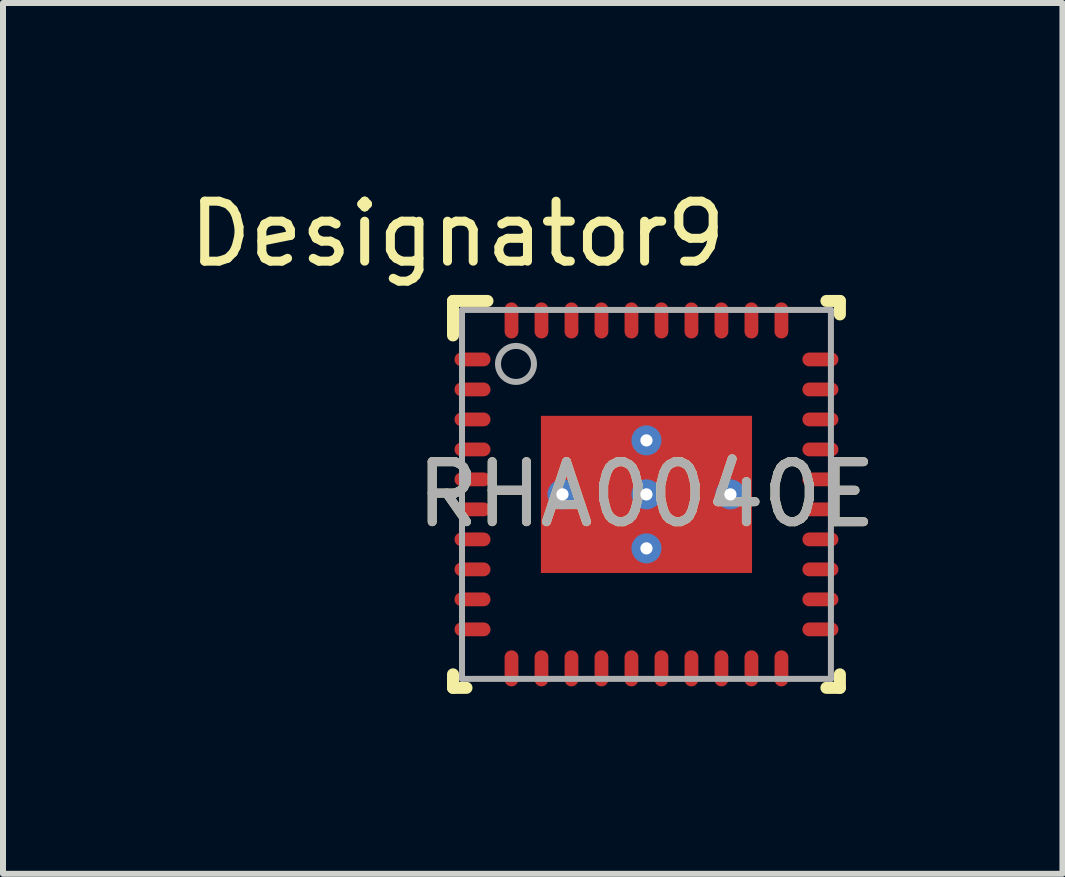
<source format=kicad_pcb>
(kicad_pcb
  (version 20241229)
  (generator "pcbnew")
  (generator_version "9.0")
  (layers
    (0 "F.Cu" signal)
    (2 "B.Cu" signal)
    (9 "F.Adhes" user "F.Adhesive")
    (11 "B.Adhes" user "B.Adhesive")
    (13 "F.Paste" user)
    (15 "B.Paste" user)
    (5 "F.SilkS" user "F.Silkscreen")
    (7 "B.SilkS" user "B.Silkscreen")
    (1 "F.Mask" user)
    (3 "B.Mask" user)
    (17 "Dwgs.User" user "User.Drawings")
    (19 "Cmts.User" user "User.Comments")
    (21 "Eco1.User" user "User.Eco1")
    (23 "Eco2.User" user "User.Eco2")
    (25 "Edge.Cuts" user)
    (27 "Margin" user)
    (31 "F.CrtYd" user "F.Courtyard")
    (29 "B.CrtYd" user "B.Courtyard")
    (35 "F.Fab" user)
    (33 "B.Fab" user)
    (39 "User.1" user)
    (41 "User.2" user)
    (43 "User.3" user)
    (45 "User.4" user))
  (footprint "RHA0040E"
    (layer "F.Cu")
    (at 7.727 5.192)
    (property "Reference" "RHA0040E" (at 0 0 0) (unlocked yes) (layer "F.SilkS") (effects (font (size 1 1) (thickness 0.15))))
    (attr smd)
    (fp_line (start -3.225 -3.225) (end -2.65 -3.225) (stroke (width 0.2) (type solid)) (layer "F.SilkS"))
    (fp_line (start -3.225 -2.65) (end -3.225 -3.225) (stroke (width 0.2) (type solid)) (layer "F.SilkS"))
    (fp_line (start -3.225 3.225) (end -3.225 3) (stroke (width 0.2) (type solid)) (layer "F.SilkS"))
    (fp_line (start -3.225 3.225) (end -3 3.225) (stroke (width 0.2) (type solid)) (layer "F.SilkS"))
    (fp_line (start 3 -3.225) (end 3.225 -3.225) (stroke (width 0.2) (type solid)) (layer "F.SilkS"))
    (fp_line (start 3 3.225) (end 3.225 3.225) (stroke (width 0.2) (type solid)) (layer "F.SilkS"))
    (fp_line (start 3.225 -3) (end 3.225 -3.225) (stroke (width 0.2) (type solid)) (layer "F.SilkS"))
    (fp_line (start 3.225 3.225) (end 3.225 3) (stroke (width 0.2) (type solid)) (layer "F.SilkS"))
    (fp_poly (pts (xy -0.1 -1.253) (xy -1.611 -1.253) (xy -1.611 -0.1) (xy -0.1 -0.1)) (stroke (width 0) (type solid)) (fill yes) (layer "F.Paste"))
    (fp_poly (pts (xy -0.1 0.1) (xy -1.611 0.1) (xy -1.611 1.253) (xy -0.1 1.253)) (stroke (width 0) (type solid)) (fill yes) (layer "F.Paste"))
    (fp_poly (pts (xy 0.1 -0.1) (xy 1.611 -0.1) (xy 1.611 -1.253) (xy 0.1 -1.253)) (stroke (width 0) (type solid)) (fill yes) (layer "F.Paste"))
    (fp_poly (pts (xy 0.1 1.253) (xy 1.611 1.253) (xy 1.611 0.1) (xy 0.1 0.1)) (stroke (width 0) (type solid)) (fill yes) (layer "F.Paste"))
    (fp_line (start -3.075 -3.075) (end 3.075 -3.075) (stroke (width 0.1) (type solid)) (layer "F.Fab"))
    (fp_line (start -3.075 3.075) (end -3.075 -3.075) (stroke (width 0.1) (type solid)) (layer "F.Fab"))
    (fp_line (start -3.075 3.075) (end 3.075 3.075) (stroke (width 0.1) (type solid)) (layer "F.Fab"))
    (fp_line (start 3.075 3.075) (end 3.075 -3.075) (stroke (width 0.1) (type solid)) (layer "F.Fab"))
    (fp_circle (center -2.175 -2.175) (end -1.875 -2.175) (stroke (width 0.1) (type solid)) (fill no) (layer "F.Fab"))
    (fp_text user "Designator9" (at -3.15 -4.343 0) (unlocked yes) (layer "F.SilkS") (effects (font (size 1 1) (thickness 0.15))))
    (fp_text user "${REFERENCE}" (at 0 0 0) (unlocked yes) (layer "F.Fab") (effects (font (size 1 1) (thickness 0.15))))
    (pad "1" smd oval (at -2.9 -2.25 90) (size 0.23 0.6) (layers "F.Cu" "F.Mask" "F.Paste"))
    (pad "2" smd oval (at -2.9 -1.75 90) (size 0.23 0.6) (layers "F.Cu" "F.Mask" "F.Paste"))
    (pad "3" smd oval (at -2.9 -1.25 90) (size 0.23 0.6) (layers "F.Cu" "F.Mask" "F.Paste"))
    (pad "4" smd oval (at -2.9 -0.75 90) (size 0.23 0.6) (layers "F.Cu" "F.Mask" "F.Paste"))
    (pad "5" smd oval (at -2.9 -0.25 90) (size 0.23 0.6) (layers "F.Cu" "F.Mask" "F.Paste"))
    (pad "6" smd oval (at -2.9 0.25 90) (size 0.23 0.6) (layers "F.Cu" "F.Mask" "F.Paste"))
    (pad "7" smd oval (at -2.9 0.75 90) (size 0.23 0.6) (layers "F.Cu" "F.Mask" "F.Paste"))
    (pad "8" smd oval (at -2.9 1.25 90) (size 0.23 0.6) (layers "F.Cu" "F.Mask" "F.Paste"))
    (pad "9" smd oval (at -2.9 1.75 90) (size 0.23 0.6) (layers "F.Cu" "F.Mask" "F.Paste"))
    (pad "10" smd oval (at -2.9 2.25 90) (size 0.23 0.6) (layers "F.Cu" "F.Mask" "F.Paste"))
    (pad "11" smd oval (at -2.25 2.9) (size 0.23 0.6) (layers "F.Cu" "F.Mask" "F.Paste"))
    (pad "12" smd oval (at -1.75 2.9) (size 0.23 0.6) (layers "F.Cu" "F.Mask" "F.Paste"))
    (pad "13" smd oval (at -1.25 2.9) (size 0.23 0.6) (layers "F.Cu" "F.Mask" "F.Paste"))
    (pad "14" smd oval (at -0.75 2.9) (size 0.23 0.6) (layers "F.Cu" "F.Mask" "F.Paste"))
    (pad "15" smd oval (at -0.25 2.9) (size 0.23 0.6) (layers "F.Cu" "F.Mask" "F.Paste"))
    (pad "16" smd oval (at 0.25 2.9) (size 0.23 0.6) (layers "F.Cu" "F.Mask" "F.Paste"))
    (pad "17" smd oval (at 0.75 2.9) (size 0.23 0.6) (layers "F.Cu" "F.Mask" "F.Paste"))
    (pad "18" smd oval (at 1.25 2.9) (size 0.23 0.6) (layers "F.Cu" "F.Mask" "F.Paste"))
    (pad "19" smd oval (at 1.75 2.9) (size 0.23 0.6) (layers "F.Cu" "F.Mask" "F.Paste"))
    (pad "20" smd oval (at 2.25 2.9) (size 0.23 0.6) (layers "F.Cu" "F.Mask" "F.Paste"))
    (pad "21" smd oval (at 2.9 2.25 90) (size 0.23 0.6) (layers "F.Cu" "F.Mask" "F.Paste"))
    (pad "22" smd oval (at 2.9 1.75 90) (size 0.23 0.6) (layers "F.Cu" "F.Mask" "F.Paste"))
    (pad "23" smd oval (at 2.9 1.25 90) (size 0.23 0.6) (layers "F.Cu" "F.Mask" "F.Paste"))
    (pad "24" smd oval (at 2.9 0.75 90) (size 0.23 0.6) (layers "F.Cu" "F.Mask" "F.Paste"))
    (pad "25" smd oval (at 2.9 0.25 90) (size 0.23 0.6) (layers "F.Cu" "F.Mask" "F.Paste"))
    (pad "26" smd oval (at 2.9 -0.25 90) (size 0.23 0.6) (layers "F.Cu" "F.Mask" "F.Paste"))
    (pad "27" smd oval (at 2.9 -0.75 90) (size 0.23 0.6) (layers "F.Cu" "F.Mask" "F.Paste"))
    (pad "28" smd oval (at 2.9 -1.25 90) (size 0.23 0.6) (layers "F.Cu" "F.Mask" "F.Paste"))
    (pad "29" smd oval (at 2.9 -1.75 90) (size 0.23 0.6) (layers "F.Cu" "F.Mask" "F.Paste"))
    (pad "30" smd oval (at 2.9 -2.25 90) (size 0.23 0.6) (layers "F.Cu" "F.Mask" "F.Paste"))
    (pad "31" smd oval (at 2.25 -2.9) (size 0.23 0.6) (layers "F.Cu" "F.Mask" "F.Paste"))
    (pad "32" smd oval (at 1.75 -2.9) (size 0.23 0.6) (layers "F.Cu" "F.Mask" "F.Paste"))
    (pad "33" smd oval (at 1.25 -2.9) (size 0.23 0.6) (layers "F.Cu" "F.Mask" "F.Paste"))
    (pad "34" smd oval (at 0.75 -2.9) (size 0.23 0.6) (layers "F.Cu" "F.Mask" "F.Paste"))
    (pad "35" smd oval (at 0.25 -2.9) (size 0.23 0.6) (layers "F.Cu" "F.Mask" "F.Paste"))
    (pad "36" smd oval (at -0.25 -2.9) (size 0.23 0.6) (layers "F.Cu" "F.Mask" "F.Paste"))
    (pad "37" smd oval (at -0.75 -2.9) (size 0.23 0.6) (layers "F.Cu" "F.Mask" "F.Paste"))
    (pad "38" smd oval (at -1.25 -2.9) (size 0.23 0.6) (layers "F.Cu" "F.Mask" "F.Paste"))
    (pad "39" smd oval (at -1.75 -2.9) (size 0.23 0.6) (layers "F.Cu" "F.Mask" "F.Paste"))
    (pad "40" smd oval (at -2.25 -2.9) (size 0.23 0.6) (layers "F.Cu" "F.Mask" "F.Paste"))
    (pad "41" smd rect (at 0 0) (size 3.52 2.62) (layers "F.Cu" "F.Mask"))
    (pad "V" thru_hole circle (at -1.4 0) (size 0.5 0.5) (drill 0.203) (layers "*.Cu" "*.Mask"))
    (pad "V" thru_hole circle (at 0 -0.9) (size 0.5 0.5) (drill 0.203) (layers "*.Cu" "*.Mask"))
    (pad "V" thru_hole circle (at 0 0) (size 0.5 0.5) (drill 0.203) (layers "*.Cu" "*.Mask"))
    (pad "V" thru_hole circle (at 0 0.9) (size 0.5 0.5) (drill 0.203) (layers "*.Cu" "*.Mask"))
    (pad "V" thru_hole circle (at 1.4 0) (size 0.5 0.5) (drill 0.203) (layers "*.Cu" "*.Mask")))
  (gr_rect
    (start -3 -3)
    (end 14.662 11.517)
    (stroke (width 0.1) (type default))
    (fill no)
    (layer "Edge.Cuts")))
</source>
